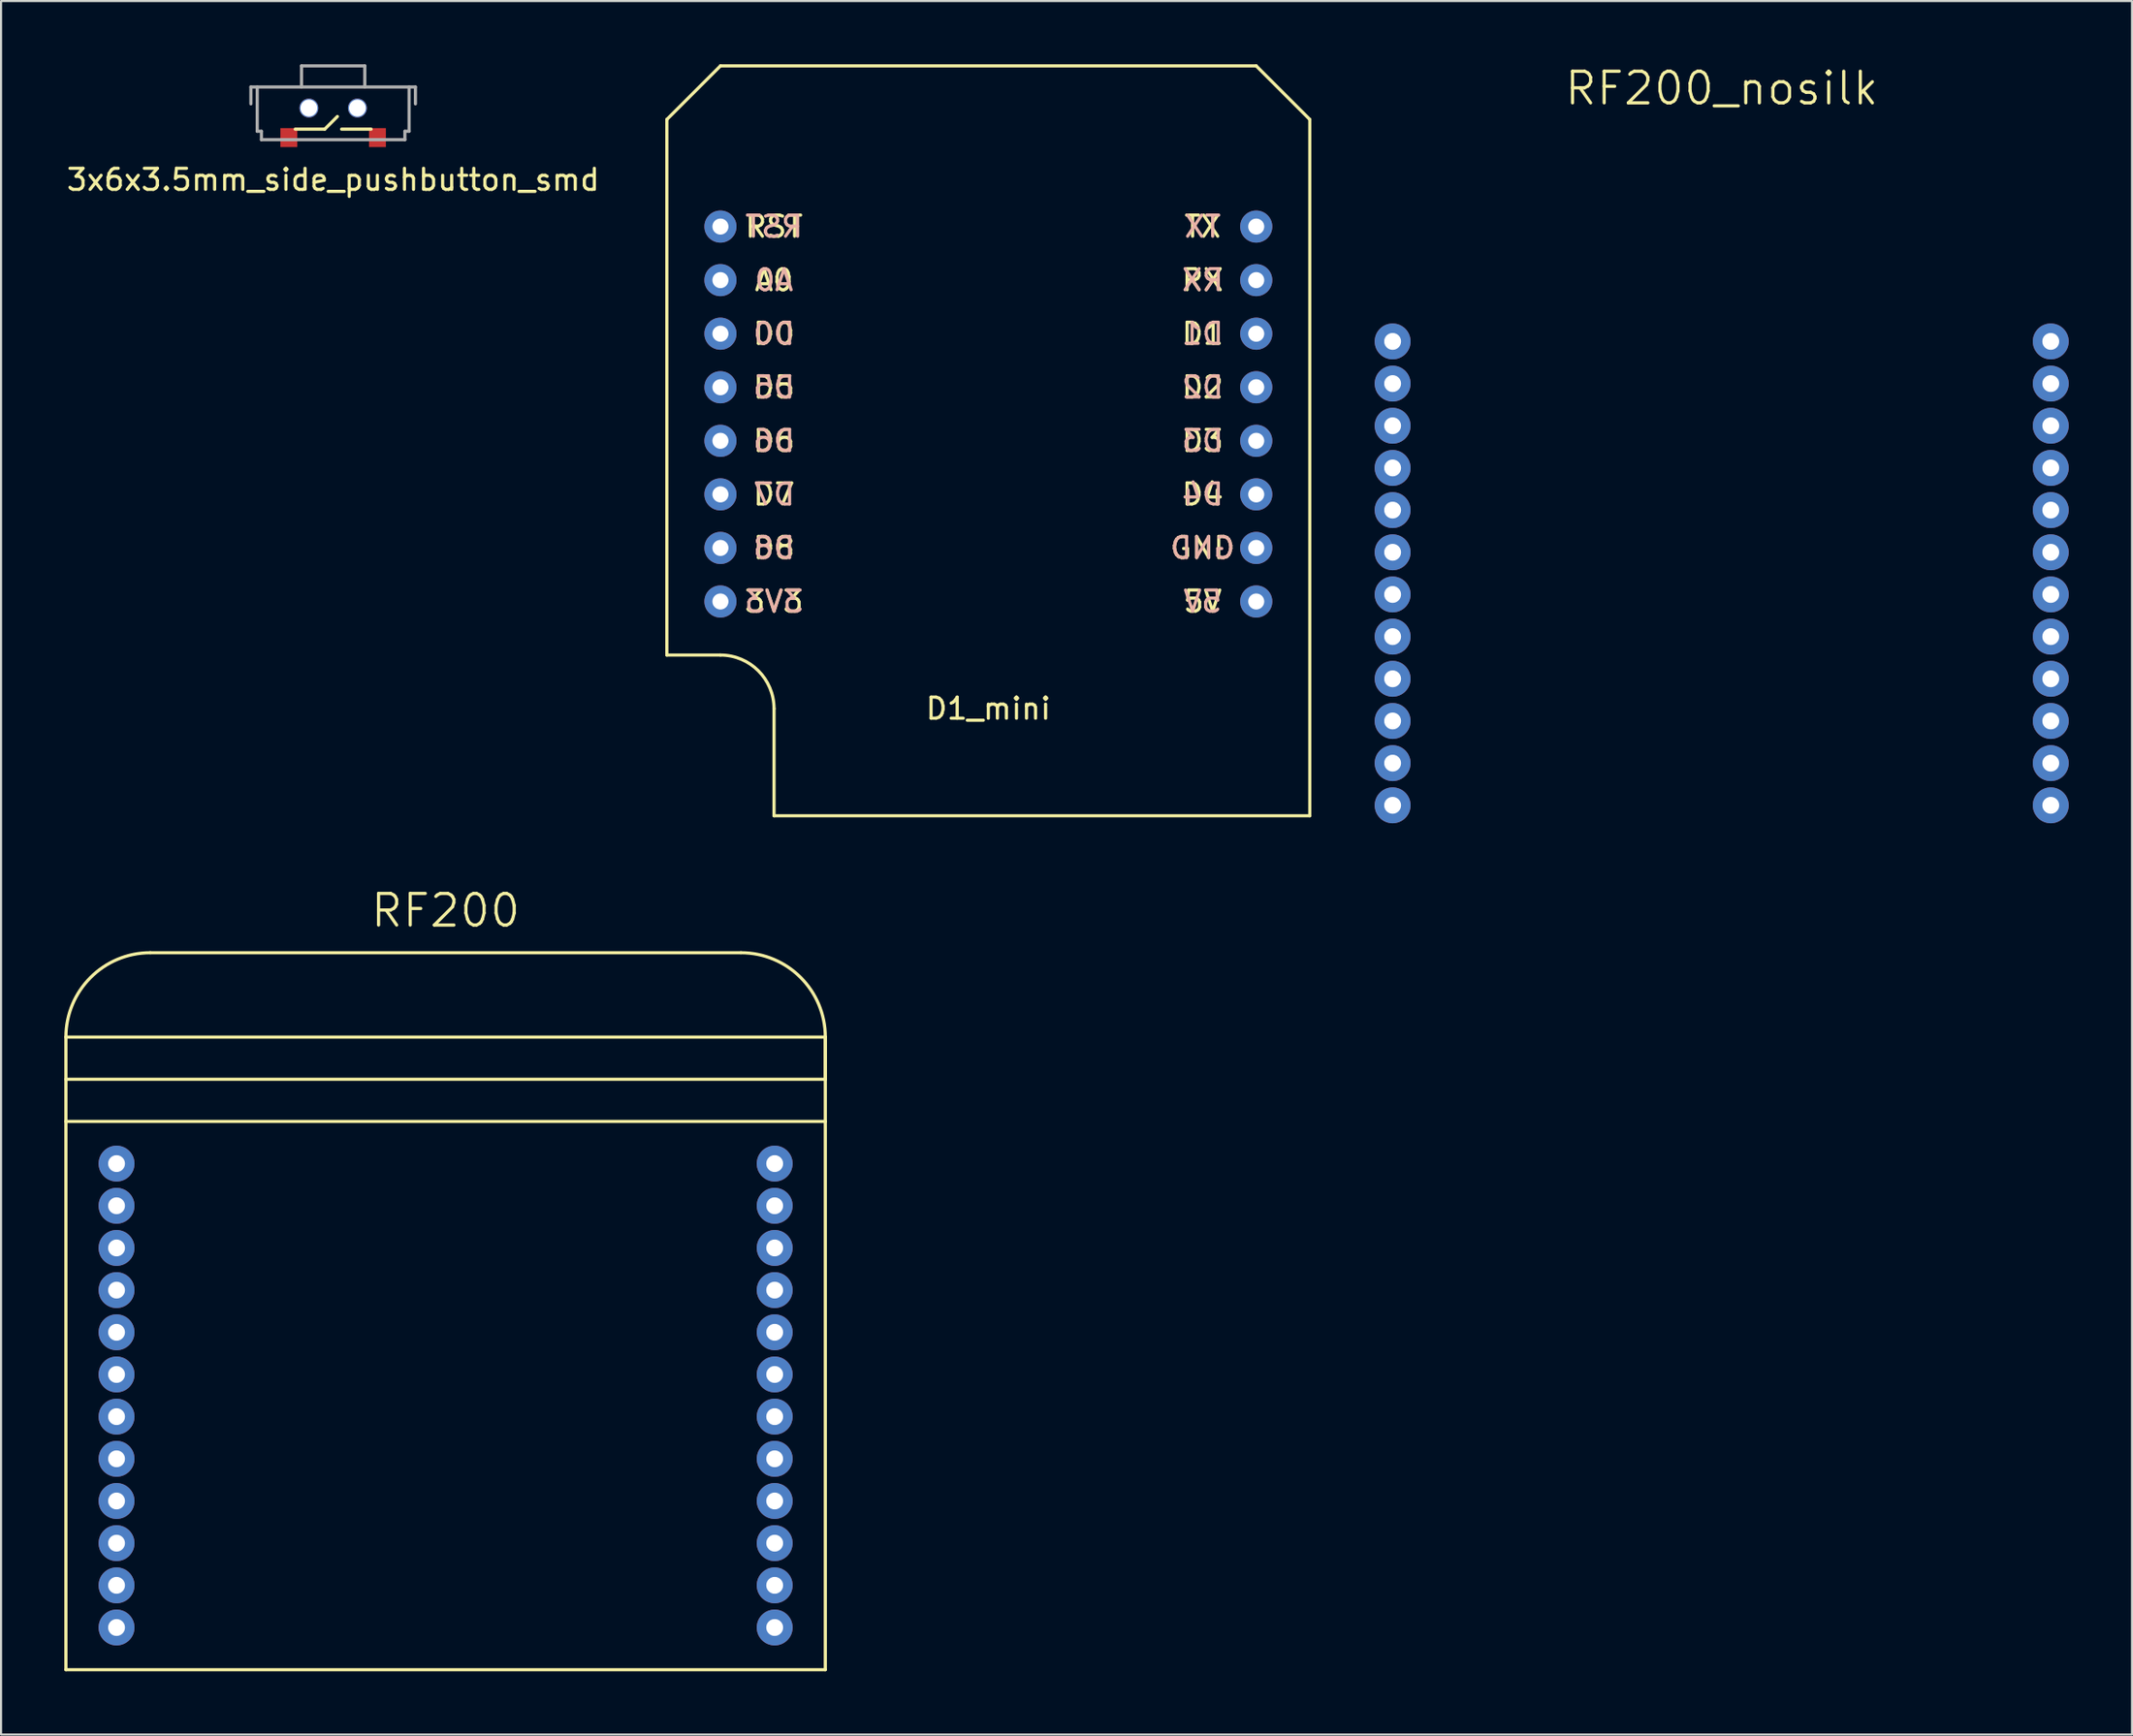
<source format=kicad_pcb>
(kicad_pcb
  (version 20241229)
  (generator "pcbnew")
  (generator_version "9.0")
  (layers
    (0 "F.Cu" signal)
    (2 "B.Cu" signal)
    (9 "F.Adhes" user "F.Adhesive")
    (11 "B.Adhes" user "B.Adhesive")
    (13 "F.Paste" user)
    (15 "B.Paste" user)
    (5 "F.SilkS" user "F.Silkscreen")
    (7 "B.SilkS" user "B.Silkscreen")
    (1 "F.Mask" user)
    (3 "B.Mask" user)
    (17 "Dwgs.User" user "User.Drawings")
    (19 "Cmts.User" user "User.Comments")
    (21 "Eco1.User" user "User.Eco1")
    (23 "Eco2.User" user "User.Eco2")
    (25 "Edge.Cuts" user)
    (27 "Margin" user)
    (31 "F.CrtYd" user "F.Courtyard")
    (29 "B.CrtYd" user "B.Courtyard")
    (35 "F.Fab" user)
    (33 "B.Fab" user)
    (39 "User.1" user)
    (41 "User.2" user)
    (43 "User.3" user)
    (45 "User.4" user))
  (footprint "RF200"
    (layer "F.Cu")
    (at 18.075 63.132)
    (property "Reference" "RF200" (at -0.000001 -23 0) (layer "F.SilkS") (effects (font (size 1.5 1.5) (thickness 0.15))))
    (attr through_hole)
    (fp_line (start -18 -15) (end 18 -15) (stroke (width 0.15) (type solid)) (layer "F.SilkS"))
    (fp_line (start -18 -13) (end -18 -17) (stroke (width 0.15) (type solid)) (layer "F.SilkS"))
    (fp_line (start -18 -13) (end -18 13) (stroke (width 0.15) (type solid)) (layer "F.SilkS"))
    (fp_line (start -18 13) (end 18 13) (stroke (width 0.15) (type solid)) (layer "F.SilkS"))
    (fp_line (start -14 -21) (end 14 -21) (stroke (width 0.15) (type solid)) (layer "F.SilkS"))
    (fp_line (start 18 -17) (end -18 -17) (stroke (width 0.15) (type solid)) (layer "F.SilkS"))
    (fp_line (start 18 -15) (end 18 -17) (stroke (width 0.15) (type solid)) (layer "F.SilkS"))
    (fp_line (start 18 -13) (end -18 -13) (stroke (width 0.15) (type solid)) (layer "F.SilkS"))
    (fp_line (start 18 -13) (end 18 -17) (stroke (width 0.15) (type solid)) (layer "F.SilkS"))
    (fp_line (start 18 13) (end 18 -13) (stroke (width 0.15) (type solid)) (layer "F.SilkS"))
    (fp_arc (start -18.000001 -17) (mid -16.828428 -19.828427) (end -14.000001 -21) (stroke (width 0.15) (type solid)) (layer "F.SilkS"))
    (fp_arc (start 13.999999 -21) (mid 16.828426 -19.828427) (end 17.999999 -17) (stroke (width 0.15) (type solid)) (layer "F.SilkS"))
    (pad "1" thru_hole circle (at -15.6 -11) (size 1.702 1.702) (drill 0.8) (layers "*.Cu" "*.Mask"))
    (pad "2" thru_hole circle (at -15.6 -9) (size 1.702 1.702) (drill 0.8) (layers "*.Cu" "*.Mask"))
    (pad "3" thru_hole circle (at -15.6 -7) (size 1.702 1.702) (drill 0.8) (layers "*.Cu" "*.Mask"))
    (pad "4" thru_hole circle (at -15.6 -5) (size 1.702 1.702) (drill 0.8) (layers "*.Cu" "*.Mask"))
    (pad "5" thru_hole circle (at -15.6 -3) (size 1.702 1.702) (drill 0.8) (layers "*.Cu" "*.Mask"))
    (pad "6" thru_hole circle (at -15.6 -1) (size 1.702 1.702) (drill 0.8) (layers "*.Cu" "*.Mask"))
    (pad "7" thru_hole circle (at -15.6 1) (size 1.702 1.702) (drill 0.8) (layers "*.Cu" "*.Mask"))
    (pad "8" thru_hole circle (at -15.6 3) (size 1.702 1.702) (drill 0.8) (layers "*.Cu" "*.Mask"))
    (pad "9" thru_hole circle (at -15.6 5) (size 1.702 1.702) (drill 0.8) (layers "*.Cu" "*.Mask"))
    (pad "10" thru_hole circle (at -15.6 7) (size 1.702 1.702) (drill 0.8) (layers "*.Cu" "*.Mask"))
    (pad "11" thru_hole circle (at -15.6 9) (size 1.702 1.702) (drill 0.8) (layers "*.Cu" "*.Mask"))
    (pad "12" thru_hole circle (at -15.6 11) (size 1.702 1.702) (drill 0.8) (layers "*.Cu" "*.Mask"))
    (pad "13" thru_hole circle (at 15.6 11) (size 1.702 1.702) (drill 0.8) (layers "*.Cu" "*.Mask"))
    (pad "14" thru_hole circle (at 15.6 9) (size 1.702 1.702) (drill 0.8) (layers "*.Cu" "*.Mask"))
    (pad "15" thru_hole circle (at 15.6 7) (size 1.702 1.702) (drill 0.8) (layers "*.Cu" "*.Mask"))
    (pad "16" thru_hole circle (at 15.6 5) (size 1.702 1.702) (drill 0.8) (layers "*.Cu" "*.Mask"))
    (pad "17" thru_hole circle (at 15.6 3) (size 1.702 1.702) (drill 0.8) (layers "*.Cu" "*.Mask"))
    (pad "18" thru_hole circle (at 15.6 1) (size 1.702 1.702) (drill 0.8) (layers "*.Cu" "*.Mask"))
    (pad "19" thru_hole circle (at 15.6 -1) (size 1.702 1.702) (drill 0.8) (layers "*.Cu" "*.Mask"))
    (pad "20" thru_hole circle (at 15.6 -3) (size 1.702 1.702) (drill 0.8) (layers "*.Cu" "*.Mask"))
    (pad "21" thru_hole circle (at 15.6 -5) (size 1.702 1.702) (drill 0.8) (layers "*.Cu" "*.Mask"))
    (pad "22" thru_hole circle (at 15.6 -7) (size 1.702 1.702) (drill 0.8) (layers "*.Cu" "*.Mask"))
    (pad "23" thru_hole circle (at 15.6 -9) (size 1.702 1.702) (drill 0.8) (layers "*.Cu" "*.Mask"))
    (pad "24" thru_hole circle (at 15.6 -11) (size 1.702 1.702) (drill 0.8) (layers "*.Cu" "*.Mask")))
  (footprint "3x6x3.5mm_side_pushbutton_smd"
    (layer "F.Cu")
    (at 12.744 2.075)
    (property "Reference" "3x6x3.5mm_side_pushbutton_smd" (at 0 3.4 0) (layer "F.SilkS") (effects (font (size 1 1) (thickness 0.15))))
    (attr through_hole)
    (fp_line (start -1.8 1) (end -0.4 1) (stroke (width 0.15) (type solid)) (layer "F.SilkS"))
    (fp_line (start -0.4 1) (end 0.2 0.4) (stroke (width 0.15) (type solid)) (layer "F.SilkS"))
    (fp_line (start 0.4 1) (end 1.8 1) (stroke (width 0.15) (type solid)) (layer "F.SilkS"))
    (fp_line (start -3.9 -1) (end -3.9 -0.2) (stroke (width 0.15) (type solid)) (layer "F.Fab"))
    (fp_line (start -3.9 -1) (end 3.9 -1) (stroke (width 0.15) (type solid)) (layer "F.Fab"))
    (fp_line (start -3.6 -1) (end -3.6 1.1) (stroke (width 0.15) (type solid)) (layer "F.Fab"))
    (fp_line (start -3.6 1.1) (end -3.4 1.1) (stroke (width 0.15) (type solid)) (layer "F.Fab"))
    (fp_line (start -3.4 1.1) (end -3.4 1.5) (stroke (width 0.15) (type solid)) (layer "F.Fab"))
    (fp_line (start -3.4 1.5) (end 3.4 1.5) (stroke (width 0.15) (type solid)) (layer "F.Fab"))
    (fp_line (start -1.5 -2) (end -1.5 -1) (stroke (width 0.15) (type solid)) (layer "F.Fab"))
    (fp_line (start 1.5 -2) (end -1.5 -2) (stroke (width 0.15) (type solid)) (layer "F.Fab"))
    (fp_line (start 1.5 -1) (end 1.5 -2) (stroke (width 0.15) (type solid)) (layer "F.Fab"))
    (fp_line (start 3.4 1.1) (end 3.4 1.5) (stroke (width 0.15) (type solid)) (layer "F.Fab"))
    (fp_line (start 3.6 -1) (end 3.6 1.1) (stroke (width 0.15) (type solid)) (layer "F.Fab"))
    (fp_line (start 3.6 1.1) (end 3.4 1.1) (stroke (width 0.15) (type solid)) (layer "F.Fab"))
    (fp_line (start 3.9 -1) (end 3.9 -0.2) (stroke (width 0.15) (type solid)) (layer "F.Fab"))
    (pad "" np_thru_hole circle (at -1.15 0) (size 0.9 0.9) (drill 0.8) (layers "*.Cu" "*.Mask"))
    (pad "" np_thru_hole circle (at 1.15 0) (size 0.9 0.9) (drill 0.8) (layers "*.Cu" "*.Mask"))
    (pad "1" smd rect (at -2.1 1.4) (size 0.8 0.9) (layers "F.Cu" "F.Mask" "F.Paste"))
    (pad "2" smd rect (at 2.1 1.4) (size 0.8 0.9) (layers "F.Cu" "F.Mask" "F.Paste")))
  (footprint "D1_mini"
    (layer "F.Cu")
    (at 43.803 15.315)
    (property "Reference" "D1_mini" (at 0 15.24 0) (layer "F.SilkS") (effects (font (size 1 1) (thickness 0.15))))
    (attr through_hole)
    (fp_line (start -15.24 -12.7) (end -15.24 12.7) (stroke (width 0.15) (type solid)) (layer "F.SilkS"))
    (fp_line (start -15.24 -12.7) (end -12.7 -15.24) (stroke (width 0.15) (type solid)) (layer "F.SilkS"))
    (fp_line (start -15.24 12.7) (end -12.7 12.7) (stroke (width 0.15) (type solid)) (layer "F.SilkS"))
    (fp_line (start -12.7 -15.24) (end 12.7 -15.24) (stroke (width 0.15) (type solid)) (layer "F.SilkS"))
    (fp_line (start -10.16 15.24) (end -10.16 20.32) (stroke (width 0.15) (type solid)) (layer "F.SilkS"))
    (fp_line (start 12.7 -15.24) (end 15.24 -12.7) (stroke (width 0.15) (type solid)) (layer "F.SilkS"))
    (fp_line (start 15.24 -12.7) (end 15.24 20.32) (stroke (width 0.15) (type solid)) (layer "F.SilkS"))
    (fp_line (start 15.24 20.32) (end -10.16 20.32) (stroke (width 0.15) (type solid)) (layer "F.SilkS"))
    (fp_arc (start -12.7 12.7) (mid -10.903949 13.443949) (end -10.16 15.24) (stroke (width 0.15) (type solid)) (layer "F.SilkS"))
    (fp_text user "D8" (at -10.16 7.62 0) (layer "F.SilkS") (effects (font (size 1 1) (thickness 0.15))))
    (fp_text user "D4" (at 10.16 5.08 0) (layer "F.SilkS") (effects (font (size 1 1) (thickness 0.15))))
    (fp_text user "A0" (at -10.16 -5.08 0) (layer "F.SilkS") (effects (font (size 1 1) (thickness 0.15))))
    (fp_text user "D3" (at 10.16 2.54 0) (layer "F.SilkS") (effects (font (size 1 1) (thickness 0.15))))
    (fp_text user "TX" (at 10.16 -7.62 0) (layer "F.SilkS") (effects (font (size 1 1) (thickness 0.15))))
    (fp_text user "RST" (at -10.16 -7.62 0) (layer "F.SilkS") (effects (font (size 1 1) (thickness 0.15))))
    (fp_text user "D0" (at -10.16 -2.54 0) (layer "F.SilkS") (effects (font (size 1 1) (thickness 0.15))))
    (fp_text user "D1" (at 10.16 -2.54 0) (layer "F.SilkS") (effects (font (size 1 1) (thickness 0.15))))
    (fp_text user "D6" (at -10.16 2.54 0) (layer "F.SilkS") (effects (font (size 1 1) (thickness 0.15))))
    (fp_text user "GND" (at 10.16 7.62 0) (layer "F.SilkS") (effects (font (size 1 1) (thickness 0.15))))
    (fp_text user "3V3" (at -10.16 10.16 0) (layer "F.SilkS") (effects (font (size 1 1) (thickness 0.15))))
    (fp_text user "5V" (at 10.16 10.16 0) (layer "F.SilkS") (effects (font (size 1 1) (thickness 0.15))))
    (fp_text user "D7" (at -10.16 5.08 0) (layer "F.SilkS") (effects (font (size 1 1) (thickness 0.15))))
    (fp_text user "D2" (at 10.16 0 0) (layer "F.SilkS") (effects (font (size 1 1) (thickness 0.15))))
    (fp_text user "RX" (at 10.16 -5.08 0) (layer "F.SilkS") (effects (font (size 1 1) (thickness 0.15))))
    (fp_text user "D5" (at -10.16 0 0) (layer "F.SilkS") (effects (font (size 1 1) (thickness 0.15))))
    (fp_text user "A0" (at -10.16 -5.08 0) (layer "B.SilkS") (effects (font (size 1 1) (thickness 0.15)) (justify mirror)))
    (fp_text user "D6" (at -10.16 2.54 0) (layer "B.SilkS") (effects (font (size 1 1) (thickness 0.15)) (justify mirror)))
    (fp_text user "D8" (at -10.16 7.62 0) (layer "B.SilkS") (effects (font (size 1 1) (thickness 0.15)) (justify mirror)))
    (fp_text user "5V" (at 10.16 10.16 0) (layer "B.SilkS") (effects (font (size 1 1) (thickness 0.15)) (justify mirror)))
    (fp_text user "D1" (at 10.16 -2.54 0) (layer "B.SilkS") (effects (font (size 1 1) (thickness 0.15)) (justify mirror)))
    (fp_text user "RST" (at -10.16 -7.62 0) (layer "B.SilkS") (effects (font (size 1 1) (thickness 0.15)) (justify mirror)))
    (fp_text user "D7" (at -10.16 5.08 0) (layer "B.SilkS") (effects (font (size 1 1) (thickness 0.15)) (justify mirror)))
    (fp_text user "D5" (at -10.16 0 0) (layer "B.SilkS") (effects (font (size 1 1) (thickness 0.15)) (justify mirror)))
    (fp_text user "RX" (at 10.16 -5.08 0) (layer "B.SilkS") (effects (font (size 1 1) (thickness 0.15)) (justify mirror)))
    (fp_text user "D3" (at 10.16 2.54 0) (layer "B.SilkS") (effects (font (size 1 1) (thickness 0.15)) (justify mirror)))
    (fp_text user "D4" (at 10.16 5.08 0) (layer "B.SilkS") (effects (font (size 1 1) (thickness 0.15)) (justify mirror)))
    (fp_text user "TX" (at 10.16 -7.62 0) (layer "B.SilkS") (effects (font (size 1 1) (thickness 0.15)) (justify mirror)))
    (fp_text user "GND" (at 10.16 7.62 0) (layer "B.SilkS") (effects (font (size 1 1) (thickness 0.15)) (justify mirror)))
    (fp_text user "3V3" (at -10.16 10.16 0) (layer "B.SilkS") (effects (font (size 1 1) (thickness 0.15)) (justify mirror)))
    (fp_text user "D2" (at 10.16 0 0) (layer "B.SilkS") (effects (font (size 1 1) (thickness 0.15)) (justify mirror)))
    (fp_text user "D0" (at -10.16 -2.54 0) (layer "B.SilkS") (effects (font (size 1 1) (thickness 0.15)) (justify mirror)))
    (pad "1" thru_hole circle (at -12.7 -7.62) (size 1.524 1.524) (drill 0.762) (layers "*.Cu" "*.Mask"))
    (pad "2" thru_hole circle (at -12.7 -5.08) (size 1.524 1.524) (drill 0.762) (layers "*.Cu" "*.Mask"))
    (pad "3" thru_hole circle (at -12.7 -2.54) (size 1.524 1.524) (drill 0.762) (layers "*.Cu" "*.Mask"))
    (pad "4" thru_hole circle (at -12.7 0) (size 1.524 1.524) (drill 0.762) (layers "*.Cu" "*.Mask"))
    (pad "5" thru_hole circle (at -12.7 2.54) (size 1.524 1.524) (drill 0.762) (layers "*.Cu" "*.Mask"))
    (pad "6" thru_hole circle (at -12.7 5.08) (size 1.524 1.524) (drill 0.762) (layers "*.Cu" "*.Mask"))
    (pad "7" thru_hole circle (at -12.7 7.62) (size 1.524 1.524) (drill 0.762) (layers "*.Cu" "*.Mask"))
    (pad "8" thru_hole circle (at -12.7 10.16) (size 1.524 1.524) (drill 0.762) (layers "*.Cu" "*.Mask"))
    (pad "9" thru_hole circle (at 12.7 10.16) (size 1.524 1.524) (drill 0.762) (layers "*.Cu" "*.Mask"))
    (pad "10" thru_hole circle (at 12.7 7.62) (size 1.524 1.524) (drill 0.762) (layers "*.Cu" "*.Mask"))
    (pad "11" thru_hole circle (at 12.7 5.08) (size 1.524 1.524) (drill 0.762) (layers "*.Cu" "*.Mask"))
    (pad "12" thru_hole circle (at 12.7 2.54) (size 1.524 1.524) (drill 0.762) (layers "*.Cu" "*.Mask"))
    (pad "13" thru_hole circle (at 12.7 0) (size 1.524 1.524) (drill 0.762) (layers "*.Cu" "*.Mask"))
    (pad "14" thru_hole circle (at 12.7 -2.54) (size 1.524 1.524) (drill 0.762) (layers "*.Cu" "*.Mask"))
    (pad "15" thru_hole circle (at 12.7 -5.08) (size 1.524 1.524) (drill 0.762) (layers "*.Cu" "*.Mask"))
    (pad "16" thru_hole circle (at 12.7 -7.62) (size 1.524 1.524) (drill 0.762) (layers "*.Cu" "*.Mask")))
  (footprint "RF200_nosilk"
    (layer "F.Cu")
    (at 78.569 24.141)
    (property "Reference" "RF200_nosilk" (at -0.000001 -23 0) (layer "F.SilkS") (effects (font (size 1.5 1.5) (thickness 0.15))))
    (attr through_hole)
    (pad "1" thru_hole circle (at -15.6 -11) (size 1.702 1.702) (drill 0.8) (layers "*.Cu" "*.Mask"))
    (pad "2" thru_hole circle (at -15.6 -9) (size 1.702 1.702) (drill 0.8) (layers "*.Cu" "*.Mask"))
    (pad "3" thru_hole circle (at -15.6 -7) (size 1.702 1.702) (drill 0.8) (layers "*.Cu" "*.Mask"))
    (pad "4" thru_hole circle (at -15.6 -5) (size 1.702 1.702) (drill 0.8) (layers "*.Cu" "*.Mask"))
    (pad "5" thru_hole circle (at -15.6 -3) (size 1.702 1.702) (drill 0.8) (layers "*.Cu" "*.Mask"))
    (pad "6" thru_hole circle (at -15.6 -1) (size 1.702 1.702) (drill 0.8) (layers "*.Cu" "*.Mask"))
    (pad "7" thru_hole circle (at -15.6 1) (size 1.702 1.702) (drill 0.8) (layers "*.Cu" "*.Mask"))
    (pad "8" thru_hole circle (at -15.6 3) (size 1.702 1.702) (drill 0.8) (layers "*.Cu" "*.Mask"))
    (pad "9" thru_hole circle (at -15.6 5) (size 1.702 1.702) (drill 0.8) (layers "*.Cu" "*.Mask"))
    (pad "10" thru_hole circle (at -15.6 7) (size 1.702 1.702) (drill 0.8) (layers "*.Cu" "*.Mask"))
    (pad "11" thru_hole circle (at -15.6 9) (size 1.702 1.702) (drill 0.8) (layers "*.Cu" "*.Mask"))
    (pad "12" thru_hole circle (at -15.6 11) (size 1.702 1.702) (drill 0.8) (layers "*.Cu" "*.Mask"))
    (pad "13" thru_hole circle (at 15.6 11) (size 1.702 1.702) (drill 0.8) (layers "*.Cu" "*.Mask"))
    (pad "14" thru_hole circle (at 15.6 9) (size 1.702 1.702) (drill 0.8) (layers "*.Cu" "*.Mask"))
    (pad "15" thru_hole circle (at 15.6 7) (size 1.702 1.702) (drill 0.8) (layers "*.Cu" "*.Mask"))
    (pad "16" thru_hole circle (at 15.6 5) (size 1.702 1.702) (drill 0.8) (layers "*.Cu" "*.Mask"))
    (pad "17" thru_hole circle (at 15.6 3) (size 1.702 1.702) (drill 0.8) (layers "*.Cu" "*.Mask"))
    (pad "18" thru_hole circle (at 15.6 1) (size 1.702 1.702) (drill 0.8) (layers "*.Cu" "*.Mask"))
    (pad "19" thru_hole circle (at 15.6 -1) (size 1.702 1.702) (drill 0.8) (layers "*.Cu" "*.Mask"))
    (pad "20" thru_hole circle (at 15.6 -3) (size 1.702 1.702) (drill 0.8) (layers "*.Cu" "*.Mask"))
    (pad "21" thru_hole circle (at 15.6 -5) (size 1.702 1.702) (drill 0.8) (layers "*.Cu" "*.Mask"))
    (pad "22" thru_hole circle (at 15.6 -7) (size 1.702 1.702) (drill 0.8) (layers "*.Cu" "*.Mask"))
    (pad "23" thru_hole circle (at 15.6 -9) (size 1.702 1.702) (drill 0.8) (layers "*.Cu" "*.Mask"))
    (pad "24" thru_hole circle (at 15.6 -11) (size 1.702 1.702) (drill 0.8) (layers "*.Cu" "*.Mask")))
  (gr_rect
    (start -3 -3)
    (end 98.02 79.207)
    (stroke (width 0.1) (type default))
    (fill no)
    (layer "Edge.Cuts")))
</source>
